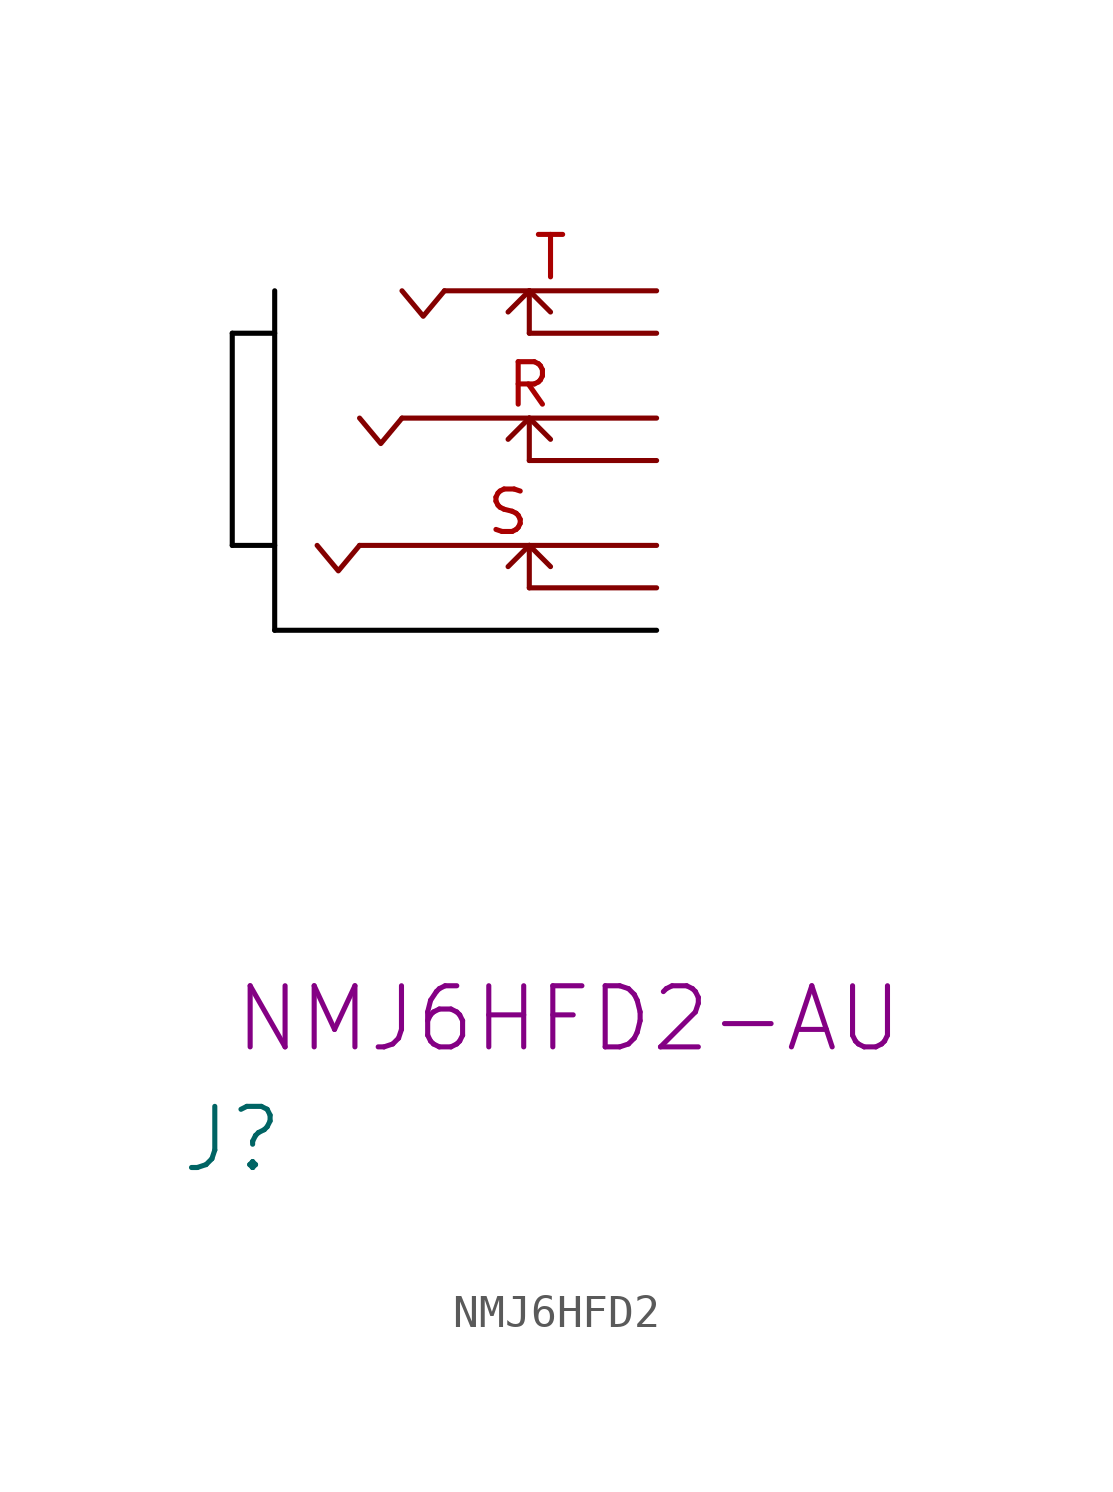
<source format=kicad_sym>
(kicad_symbol_lib
  (version 20241209)
  (generator "kicad_symbol_editor")
  (generator_version "9.0")
  (symbol "NMJ6HFD2"
    (pin_names
      (hide yes))
    (property "Reference" "J"
      (at 0 -25.4 0)
      (effects (font (size 1.829 1.829))))
    (property "Part Number" "NMJ6HFD2-AU"
      (at 0 -22.86 0)
      (effects (font (size 1.829 1.829)) (justify left bottom)))
    (symbol "NMJ6HFD2_1_0"
      (polyline (pts (xy 0 -1.27) (xy 0 -7.62)) (stroke (width 0) (type solid) (color 0 0 0 1)) (fill (type none)))
      (polyline (pts (xy 0 -7.62) (xy 1.27 -7.62)) (stroke (width 0) (type solid) (color 0 0 0 1)) (fill (type none)))
      (polyline (pts (xy 1.27 0) (xy 1.27 -10.16)) (stroke (width 0) (type solid) (color 0 0 0 1)) (fill (type none)))
      (polyline (pts (xy 1.27 -1.27) (xy 0 -1.27)) (stroke (width 0) (type solid) (color 0 0 0 1)) (fill (type none)))
      (polyline (pts (xy 1.27 -10.16) (xy 12.7 -10.16)) (stroke (width 0) (type solid) (color 0 0 0 1)) (fill (type none)))
      (polyline (pts (xy 3.81 -7.62) (xy 3.175 -8.382) (xy 2.54 -7.62)) (stroke (width 0) (type solid)) (fill (type none)))
      (polyline (pts (xy 5.08 -3.81) (xy 4.445 -4.572) (xy 3.81 -3.81)) (stroke (width 0) (type solid)) (fill (type none)))
      (polyline (pts (xy 6.35 0) (xy 5.715 -0.762) (xy 5.08 0)) (stroke (width 0) (type solid)) (fill (type none)))
      (polyline (pts (xy 8.89 0) (xy 8.255 -0.635)) (stroke (width 0) (type solid)) (fill (type none)))
      (polyline (pts (xy 8.89 0) (xy 9.525 -0.635)) (stroke (width 0) (type solid)) (fill (type none)))
      (polyline (pts (xy 8.89 -1.27) (xy 8.89 0)) (stroke (width 0) (type solid)) (fill (type none)))
      (polyline (pts (xy 8.89 -3.81) (xy 8.255 -4.445)) (stroke (width 0) (type solid)) (fill (type none)))
      (polyline (pts (xy 8.89 -3.81) (xy 9.525 -4.445)) (stroke (width 0) (type solid)) (fill (type none)))
      (polyline (pts (xy 8.89 -5.08) (xy 8.89 -3.81)) (stroke (width 0) (type solid)) (fill (type none)))
      (polyline (pts (xy 8.89 -7.62) (xy 8.255 -8.255)) (stroke (width 0) (type solid)) (fill (type none)))
      (polyline (pts (xy 8.89 -7.62) (xy 9.525 -8.255)) (stroke (width 0) (type solid)) (fill (type none)))
      (polyline (pts (xy 8.89 -8.89) (xy 8.89 -7.62)) (stroke (width 0) (type solid)) (fill (type none)))
      (pin passive line (at 12.7 0 180) (length 6.35) (name "T" (effects (font (size 1.27 1.27)))) (number "T" (effects (font (size 1.27 1.27)))))
      (pin passive line (at 12.7 -1.27 180) (length 3.81) (name "TN" (effects (font (size 1.27 1.27)))) (number "TN" (effects (font (size 0 0)))))
      (pin passive line (at 12.7 -3.81 180) (length 7.62) (name "R" (effects (font (size 1.27 1.27)))) (number "R" (effects (font (size 1.27 1.27)))))
      (pin passive line (at 12.7 -5.08 180) (length 3.81) (name "RN" (effects (font (size 1.27 1.27)))) (number "RN" (effects (font (size 0 0)))))
      (pin passive line (at 12.7 -7.62 180) (length 8.89) (name "S" (effects (font (size 1.27 1.27)))) (number "S" (effects (font (size 1.27 1.27)))))
      (pin passive line (at 12.7 -8.89 180) (length 3.81) (name "SN" (effects (font (size 1.27 1.27)))) (number "SN" (effects (font (size 0 0))))))))
</source>
